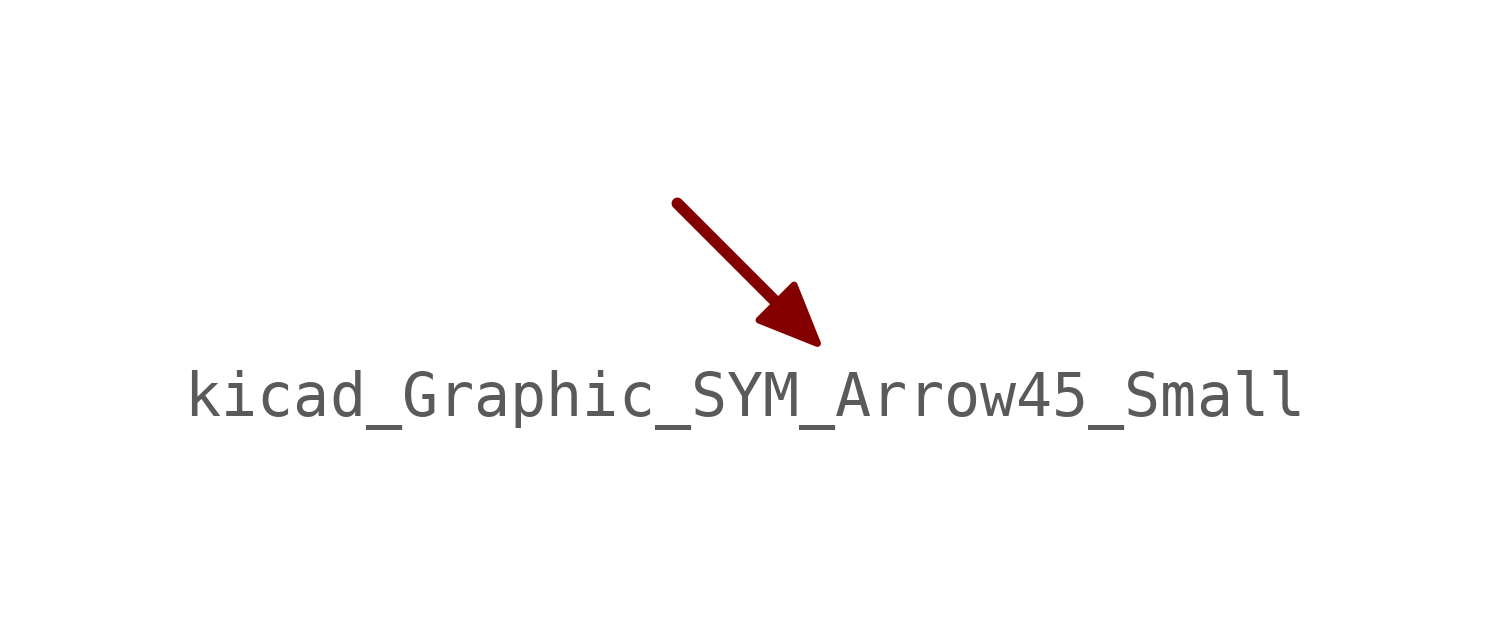
<source format=kicad_sym>
(kicad_symbol_lib
  (version 20220914)
  (generator kicad_symbol_editor)
  (symbol "kicad_Graphic_SYM_Arrow45_Small"
    (property "Reference" "#SYM"
      (at 4.318 1.016 0)
      (effects (font (size 1.27 1.27)) hide))
    (symbol "kicad_Graphic_SYM_Arrow45_Small_0_1"
      (polyline (pts (xy 1.27 -1.27) (xy -1.524 1.524)) (stroke (width 0.254) (type default)) (fill (type none)))
      (polyline (pts (xy 1.524 -1.524) (xy 0.254 -1.016) (xy 1.016 -0.254) (xy 1.524 -1.524)) (stroke (width 0) (type default)) (fill (type outline))))))
</source>
